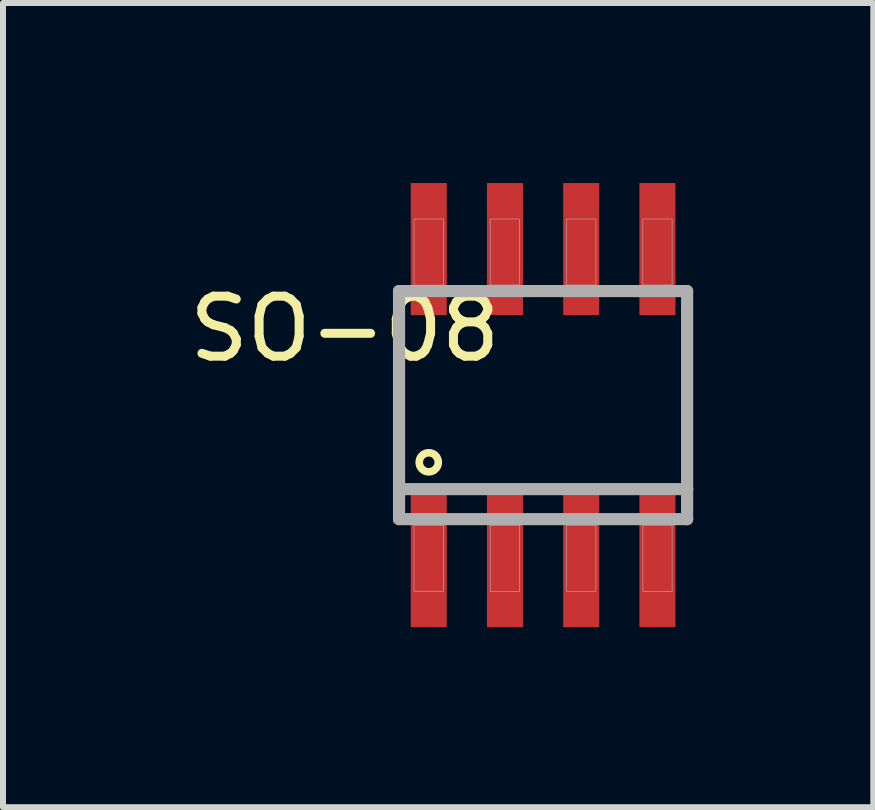
<source format=kicad_pcb>
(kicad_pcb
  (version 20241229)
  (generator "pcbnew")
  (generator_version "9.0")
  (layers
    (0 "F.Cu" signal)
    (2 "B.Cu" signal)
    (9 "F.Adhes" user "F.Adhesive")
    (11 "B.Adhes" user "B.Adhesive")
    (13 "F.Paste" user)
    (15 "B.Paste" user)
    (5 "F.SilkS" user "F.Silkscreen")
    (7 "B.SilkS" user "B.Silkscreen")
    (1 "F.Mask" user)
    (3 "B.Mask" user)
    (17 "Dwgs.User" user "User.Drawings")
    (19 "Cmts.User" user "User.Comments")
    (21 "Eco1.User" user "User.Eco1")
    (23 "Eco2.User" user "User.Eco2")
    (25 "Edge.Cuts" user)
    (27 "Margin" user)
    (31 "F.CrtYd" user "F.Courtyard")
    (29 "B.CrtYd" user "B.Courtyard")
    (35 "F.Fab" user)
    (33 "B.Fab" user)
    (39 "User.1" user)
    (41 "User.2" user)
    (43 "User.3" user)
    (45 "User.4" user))
  (footprint "SO-08"
    (layer "F.Cu")
    (at 5.999 3.7)
    (property "Reference" "SO-08" (at -3.303 -1.27 180) (layer "F.SilkS") (effects (font (size 1 1) (thickness 0.15))))
    (attr smd)
    (fp_circle (center -1.905 0.953) (end -1.746 0.953) (stroke (width 0.127) (type solid)) (fill no) (layer "F.SilkS"))
    (fp_line (start -2.4 -1.9) (end 2.4 -1.9) (stroke (width 0.203) (type solid)) (layer "F.Fab"))
    (fp_line (start -2.4 1.4) (end -2.4 -1.9) (stroke (width 0.203) (type solid)) (layer "F.Fab"))
    (fp_line (start -2.4 1.9) (end -2.4 1.4) (stroke (width 0.203) (type solid)) (layer "F.Fab"))
    (fp_line (start 2.4 -1.9) (end 2.4 1.4) (stroke (width 0.203) (type solid)) (layer "F.Fab"))
    (fp_line (start 2.4 1.4) (end -2.4 1.4) (stroke (width 0.203) (type solid)) (layer "F.Fab"))
    (fp_line (start 2.4 1.4) (end 2.4 1.9) (stroke (width 0.203) (type solid)) (layer "F.Fab"))
    (fp_line (start 2.4 1.9) (end -2.4 1.9) (stroke (width 0.203) (type solid)) (layer "F.Fab"))
    (fp_poly (pts (xy -2.151 2) (xy -1.66 2) (xy -1.66 3.101) (xy -2.151 3.101)) (stroke (width 0.01) (type solid)) (fill no) (layer "F.Fab"))
    (fp_poly (pts (xy -2.15 -3.1) (xy -1.66 -3.1) (xy -1.66 -2) (xy -2.15 -2)) (stroke (width 0.01) (type solid)) (fill no) (layer "F.Fab"))
    (fp_poly (pts (xy -0.881 -3.1) (xy -0.39 -3.1) (xy -0.39 -2.002) (xy -0.881 -2.002)) (stroke (width 0.01) (type solid)) (fill no) (layer "F.Fab"))
    (fp_poly (pts (xy -0.881 2) (xy -0.39 2) (xy -0.39 3.104) (xy -0.881 3.104)) (stroke (width 0.01) (type solid)) (fill no) (layer "F.Fab"))
    (fp_poly (pts (xy 0.39 -3.1) (xy 0.88 -3.1) (xy 0.88 -2.001) (xy 0.39 -2.001)) (stroke (width 0.01) (type solid)) (fill no) (layer "F.Fab"))
    (fp_poly (pts (xy 0.39 2) (xy 0.88 2) (xy 0.88 3.102) (xy 0.39 3.102)) (stroke (width 0.01) (type solid)) (fill no) (layer "F.Fab"))
    (fp_poly (pts (xy 1.662 -3.1) (xy 2.15 -3.1) (xy 2.15 -2.002) (xy 1.662 -2.002)) (stroke (width 0.01) (type solid)) (fill no) (layer "F.Fab"))
    (fp_poly (pts (xy 1.663 2) (xy 2.15 2) (xy 2.15 3.105) (xy 1.663 3.105)) (stroke (width 0.01) (type solid)) (fill no) (layer "F.Fab"))
    (pad "1" smd rect (at -1.905 2.6) (size 0.6 2.2) (layers "F.Cu" "F.Mask" "F.Paste"))
    (pad "2" smd rect (at -0.635 2.6) (size 0.6 2.2) (layers "F.Cu" "F.Mask" "F.Paste"))
    (pad "3" smd rect (at 0.635 2.6) (size 0.6 2.2) (layers "F.Cu" "F.Mask" "F.Paste"))
    (pad "4" smd rect (at 1.905 2.6) (size 0.6 2.2) (layers "F.Cu" "F.Mask" "F.Paste"))
    (pad "5" smd rect (at 1.905 -2.6) (size 0.6 2.2) (layers "F.Cu" "F.Mask" "F.Paste"))
    (pad "6" smd rect (at 0.635 -2.6) (size 0.6 2.2) (layers "F.Cu" "F.Mask" "F.Paste"))
    (pad "7" smd rect (at -0.635 -2.6) (size 0.6 2.2) (layers "F.Cu" "F.Mask" "F.Paste"))
    (pad "8" smd rect (at -1.905 -2.6) (size 0.6 2.2) (layers "F.Cu" "F.Mask" "F.Paste")))
  (gr_rect
    (start -3 -3)
    (end 11.501 10.4)
    (stroke (width 0.1) (type default))
    (fill no)
    (layer "Edge.Cuts")))
</source>
